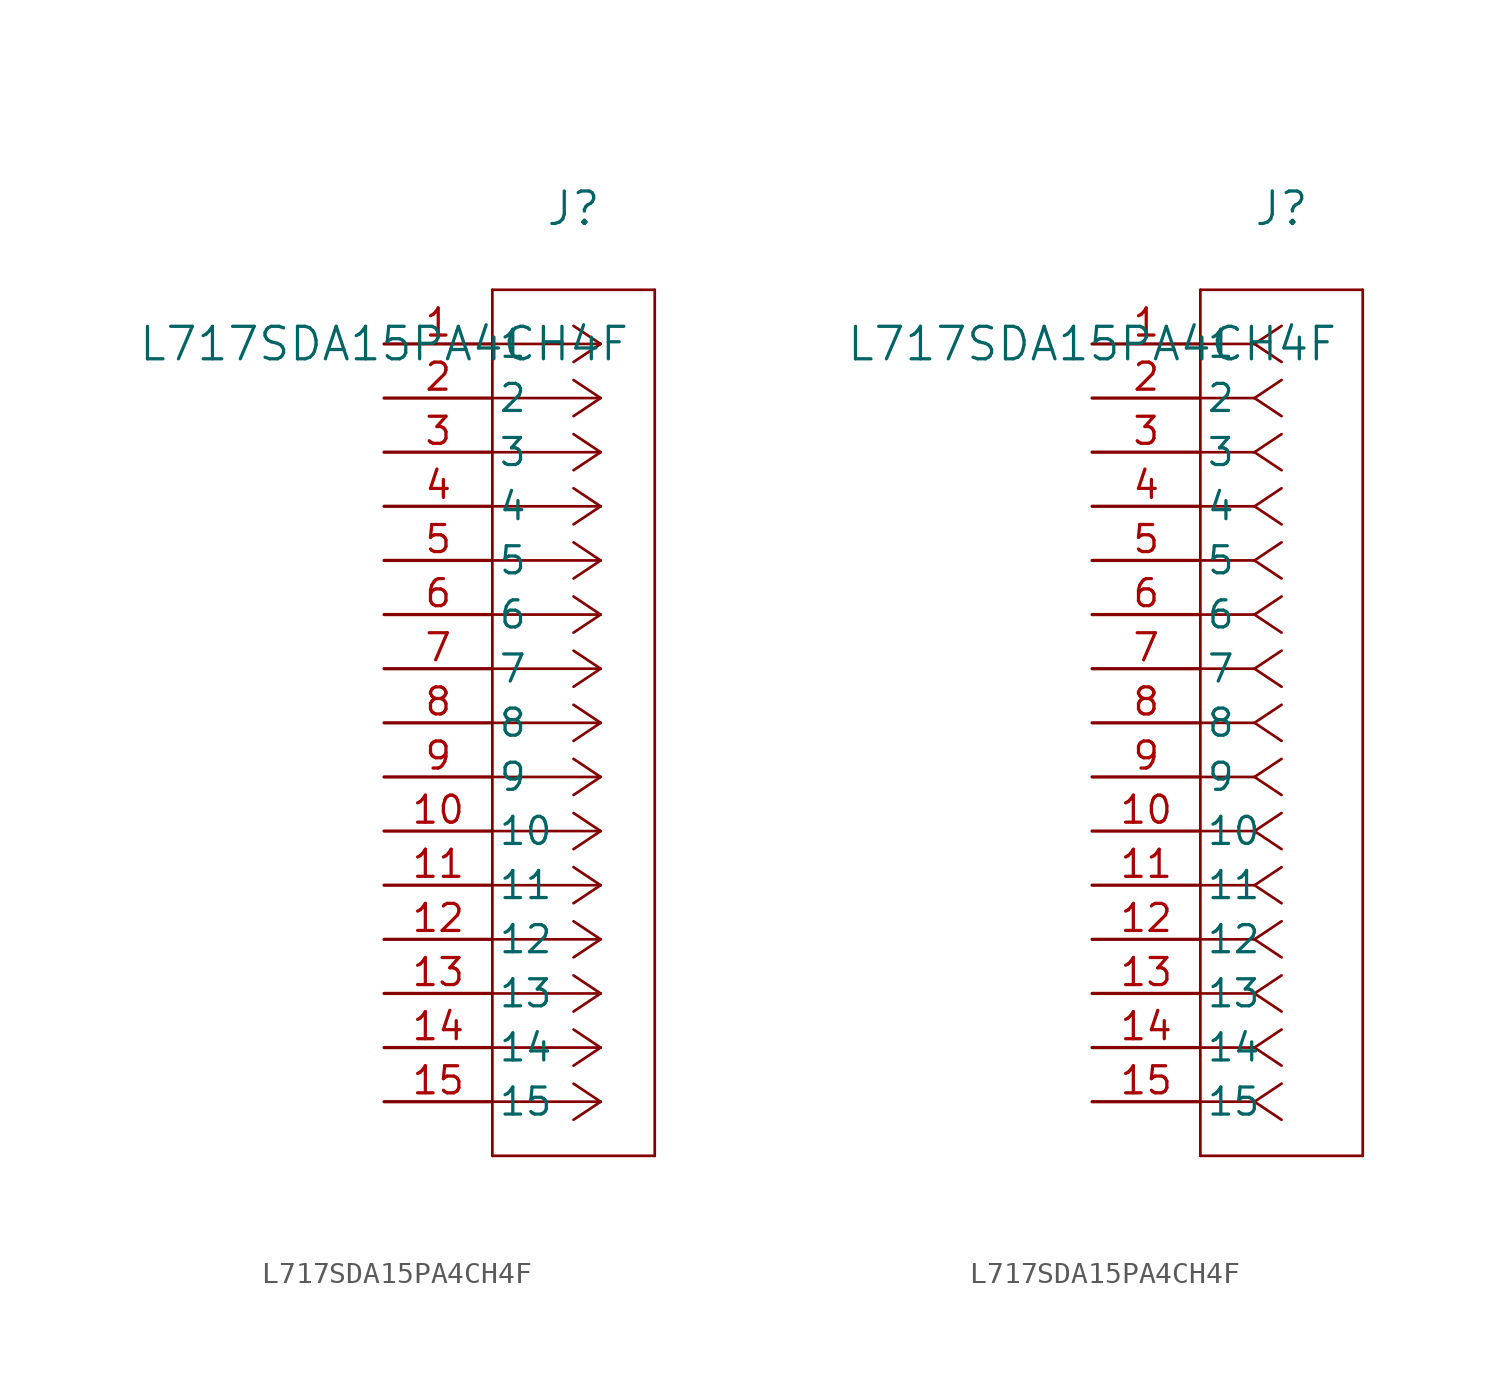
<source format=kicad_sym>
(kicad_symbol_lib
  (version 20211014)
  (generator kicad_symbol_editor)
  (symbol "L717SDA15PA4CH4F"
    (pin_names
      (offset 0.254))
    (property "Reference" "J"
      (at 8.89 6.35 0)
      (effects (font (size 1.524 1.524))))
    (property "Value" "L717SDA15PA4CH4F"
      (at 0 0 0)
      (effects (font (size 1.524 1.524))))
    (symbol "L717SDA15PA4CH4F_1_1"
      (polyline (pts (xy 10.16 0) (xy 5.08 0)) (stroke (width 0.127) (type default) (color 0 0 0 0)) (fill (type none)))
      (polyline (pts (xy 10.16 -2.54) (xy 5.08 -2.54)) (stroke (width 0.127) (type default) (color 0 0 0 0)) (fill (type none)))
      (polyline (pts (xy 10.16 -5.08) (xy 5.08 -5.08)) (stroke (width 0.127) (type default) (color 0 0 0 0)) (fill (type none)))
      (polyline (pts (xy 10.16 -7.62) (xy 5.08 -7.62)) (stroke (width 0.127) (type default) (color 0 0 0 0)) (fill (type none)))
      (polyline (pts (xy 10.16 -10.16) (xy 5.08 -10.16)) (stroke (width 0.127) (type default) (color 0 0 0 0)) (fill (type none)))
      (polyline (pts (xy 10.16 -12.7) (xy 5.08 -12.7)) (stroke (width 0.127) (type default) (color 0 0 0 0)) (fill (type none)))
      (polyline (pts (xy 10.16 -15.24) (xy 5.08 -15.24)) (stroke (width 0.127) (type default) (color 0 0 0 0)) (fill (type none)))
      (polyline (pts (xy 10.16 -17.78) (xy 5.08 -17.78)) (stroke (width 0.127) (type default) (color 0 0 0 0)) (fill (type none)))
      (polyline (pts (xy 10.16 -20.32) (xy 5.08 -20.32)) (stroke (width 0.127) (type default) (color 0 0 0 0)) (fill (type none)))
      (polyline (pts (xy 10.16 -22.86) (xy 5.08 -22.86)) (stroke (width 0.127) (type default) (color 0 0 0 0)) (fill (type none)))
      (polyline (pts (xy 10.16 -25.4) (xy 5.08 -25.4)) (stroke (width 0.127) (type default) (color 0 0 0 0)) (fill (type none)))
      (polyline (pts (xy 10.16 -27.94) (xy 5.08 -27.94)) (stroke (width 0.127) (type default) (color 0 0 0 0)) (fill (type none)))
      (polyline (pts (xy 10.16 -30.48) (xy 5.08 -30.48)) (stroke (width 0.127) (type default) (color 0 0 0 0)) (fill (type none)))
      (polyline (pts (xy 10.16 -33.02) (xy 5.08 -33.02)) (stroke (width 0.127) (type default) (color 0 0 0 0)) (fill (type none)))
      (polyline (pts (xy 10.16 -35.56) (xy 5.08 -35.56)) (stroke (width 0.127) (type default) (color 0 0 0 0)) (fill (type none)))
      (polyline (pts (xy 10.16 0) (xy 8.89 0.847)) (stroke (width 0.127) (type default) (color 0 0 0 0)) (fill (type none)))
      (polyline (pts (xy 10.16 -2.54) (xy 8.89 -1.693)) (stroke (width 0.127) (type default) (color 0 0 0 0)) (fill (type none)))
      (polyline (pts (xy 10.16 -5.08) (xy 8.89 -4.233)) (stroke (width 0.127) (type default) (color 0 0 0 0)) (fill (type none)))
      (polyline (pts (xy 10.16 -7.62) (xy 8.89 -6.773)) (stroke (width 0.127) (type default) (color 0 0 0 0)) (fill (type none)))
      (polyline (pts (xy 10.16 -10.16) (xy 8.89 -9.313)) (stroke (width 0.127) (type default) (color 0 0 0 0)) (fill (type none)))
      (polyline (pts (xy 10.16 -12.7) (xy 8.89 -11.853)) (stroke (width 0.127) (type default) (color 0 0 0 0)) (fill (type none)))
      (polyline (pts (xy 10.16 -15.24) (xy 8.89 -14.393)) (stroke (width 0.127) (type default) (color 0 0 0 0)) (fill (type none)))
      (polyline (pts (xy 10.16 -17.78) (xy 8.89 -16.933)) (stroke (width 0.127) (type default) (color 0 0 0 0)) (fill (type none)))
      (polyline (pts (xy 10.16 -20.32) (xy 8.89 -19.473)) (stroke (width 0.127) (type default) (color 0 0 0 0)) (fill (type none)))
      (polyline (pts (xy 10.16 -22.86) (xy 8.89 -22.013)) (stroke (width 0.127) (type default) (color 0 0 0 0)) (fill (type none)))
      (polyline (pts (xy 10.16 -25.4) (xy 8.89 -24.553)) (stroke (width 0.127) (type default) (color 0 0 0 0)) (fill (type none)))
      (polyline (pts (xy 10.16 -27.94) (xy 8.89 -27.093)) (stroke (width 0.127) (type default) (color 0 0 0 0)) (fill (type none)))
      (polyline (pts (xy 10.16 -30.48) (xy 8.89 -29.633)) (stroke (width 0.127) (type default) (color 0 0 0 0)) (fill (type none)))
      (polyline (pts (xy 10.16 -33.02) (xy 8.89 -32.173)) (stroke (width 0.127) (type default) (color 0 0 0 0)) (fill (type none)))
      (polyline (pts (xy 10.16 -35.56) (xy 8.89 -34.713)) (stroke (width 0.127) (type default) (color 0 0 0 0)) (fill (type none)))
      (polyline (pts (xy 10.16 0) (xy 8.89 -0.847)) (stroke (width 0.127) (type default) (color 0 0 0 0)) (fill (type none)))
      (polyline (pts (xy 10.16 -2.54) (xy 8.89 -3.387)) (stroke (width 0.127) (type default) (color 0 0 0 0)) (fill (type none)))
      (polyline (pts (xy 10.16 -5.08) (xy 8.89 -5.927)) (stroke (width 0.127) (type default) (color 0 0 0 0)) (fill (type none)))
      (polyline (pts (xy 10.16 -7.62) (xy 8.89 -8.467)) (stroke (width 0.127) (type default) (color 0 0 0 0)) (fill (type none)))
      (polyline (pts (xy 10.16 -10.16) (xy 8.89 -11.007)) (stroke (width 0.127) (type default) (color 0 0 0 0)) (fill (type none)))
      (polyline (pts (xy 10.16 -12.7) (xy 8.89 -13.547)) (stroke (width 0.127) (type default) (color 0 0 0 0)) (fill (type none)))
      (polyline (pts (xy 10.16 -15.24) (xy 8.89 -16.087)) (stroke (width 0.127) (type default) (color 0 0 0 0)) (fill (type none)))
      (polyline (pts (xy 10.16 -17.78) (xy 8.89 -18.627)) (stroke (width 0.127) (type default) (color 0 0 0 0)) (fill (type none)))
      (polyline (pts (xy 10.16 -20.32) (xy 8.89 -21.167)) (stroke (width 0.127) (type default) (color 0 0 0 0)) (fill (type none)))
      (polyline (pts (xy 10.16 -22.86) (xy 8.89 -23.707)) (stroke (width 0.127) (type default) (color 0 0 0 0)) (fill (type none)))
      (polyline (pts (xy 10.16 -25.4) (xy 8.89 -26.247)) (stroke (width 0.127) (type default) (color 0 0 0 0)) (fill (type none)))
      (polyline (pts (xy 10.16 -27.94) (xy 8.89 -28.787)) (stroke (width 0.127) (type default) (color 0 0 0 0)) (fill (type none)))
      (polyline (pts (xy 10.16 -30.48) (xy 8.89 -31.327)) (stroke (width 0.127) (type default) (color 0 0 0 0)) (fill (type none)))
      (polyline (pts (xy 10.16 -33.02) (xy 8.89 -33.867)) (stroke (width 0.127) (type default) (color 0 0 0 0)) (fill (type none)))
      (polyline (pts (xy 10.16 -35.56) (xy 8.89 -36.407)) (stroke (width 0.127) (type default) (color 0 0 0 0)) (fill (type none)))
      (polyline (pts (xy 5.08 2.54) (xy 5.08 -38.1)) (stroke (width 0.127) (type default) (color 0 0 0 0)) (fill (type none)))
      (polyline (pts (xy 5.08 -38.1) (xy 12.7 -38.1)) (stroke (width 0.127) (type default) (color 0 0 0 0)) (fill (type none)))
      (polyline (pts (xy 12.7 -38.1) (xy 12.7 2.54)) (stroke (width 0.127) (type default) (color 0 0 0 0)) (fill (type none)))
      (polyline (pts (xy 12.7 2.54) (xy 5.08 2.54)) (stroke (width 0.127) (type default) (color 0 0 0 0)) (fill (type none)))
      (pin unspecified line (at 0 0 0) (length 5.08) (name "1" (effects (font (size 1.27 1.27)))) (number "1" (effects (font (size 1.27 1.27)))))
      (pin unspecified line (at 0 -2.54 0) (length 5.08) (name "2" (effects (font (size 1.27 1.27)))) (number "2" (effects (font (size 1.27 1.27)))))
      (pin unspecified line (at 0 -5.08 0) (length 5.08) (name "3" (effects (font (size 1.27 1.27)))) (number "3" (effects (font (size 1.27 1.27)))))
      (pin unspecified line (at 0 -7.62 0) (length 5.08) (name "4" (effects (font (size 1.27 1.27)))) (number "4" (effects (font (size 1.27 1.27)))))
      (pin unspecified line (at 0 -10.16 0) (length 5.08) (name "5" (effects (font (size 1.27 1.27)))) (number "5" (effects (font (size 1.27 1.27)))))
      (pin unspecified line (at 0 -12.7 0) (length 5.08) (name "6" (effects (font (size 1.27 1.27)))) (number "6" (effects (font (size 1.27 1.27)))))
      (pin unspecified line (at 0 -15.24 0) (length 5.08) (name "7" (effects (font (size 1.27 1.27)))) (number "7" (effects (font (size 1.27 1.27)))))
      (pin unspecified line (at 0 -17.78 0) (length 5.08) (name "8" (effects (font (size 1.27 1.27)))) (number "8" (effects (font (size 1.27 1.27)))))
      (pin unspecified line (at 0 -20.32 0) (length 5.08) (name "9" (effects (font (size 1.27 1.27)))) (number "9" (effects (font (size 1.27 1.27)))))
      (pin unspecified line (at 0 -22.86 0) (length 5.08) (name "10" (effects (font (size 1.27 1.27)))) (number "10" (effects (font (size 1.27 1.27)))))
      (pin unspecified line (at 0 -25.4 0) (length 5.08) (name "11" (effects (font (size 1.27 1.27)))) (number "11" (effects (font (size 1.27 1.27)))))
      (pin unspecified line (at 0 -27.94 0) (length 5.08) (name "12" (effects (font (size 1.27 1.27)))) (number "12" (effects (font (size 1.27 1.27)))))
      (pin unspecified line (at 0 -30.48 0) (length 5.08) (name "13" (effects (font (size 1.27 1.27)))) (number "13" (effects (font (size 1.27 1.27)))))
      (pin unspecified line (at 0 -33.02 0) (length 5.08) (name "14" (effects (font (size 1.27 1.27)))) (number "14" (effects (font (size 1.27 1.27)))))
      (pin unspecified line (at 0 -35.56 0) (length 5.08) (name "15" (effects (font (size 1.27 1.27)))) (number "15" (effects (font (size 1.27 1.27))))))
    (symbol "L717SDA15PA4CH4F_1_2"
      (polyline (pts (xy 7.62 0) (xy 5.08 0)) (stroke (width 0.127) (type default) (color 0 0 0 0)) (fill (type none)))
      (polyline (pts (xy 7.62 -2.54) (xy 5.08 -2.54)) (stroke (width 0.127) (type default) (color 0 0 0 0)) (fill (type none)))
      (polyline (pts (xy 7.62 -5.08) (xy 5.08 -5.08)) (stroke (width 0.127) (type default) (color 0 0 0 0)) (fill (type none)))
      (polyline (pts (xy 7.62 -7.62) (xy 5.08 -7.62)) (stroke (width 0.127) (type default) (color 0 0 0 0)) (fill (type none)))
      (polyline (pts (xy 7.62 -10.16) (xy 5.08 -10.16)) (stroke (width 0.127) (type default) (color 0 0 0 0)) (fill (type none)))
      (polyline (pts (xy 7.62 -12.7) (xy 5.08 -12.7)) (stroke (width 0.127) (type default) (color 0 0 0 0)) (fill (type none)))
      (polyline (pts (xy 7.62 -15.24) (xy 5.08 -15.24)) (stroke (width 0.127) (type default) (color 0 0 0 0)) (fill (type none)))
      (polyline (pts (xy 7.62 -17.78) (xy 5.08 -17.78)) (stroke (width 0.127) (type default) (color 0 0 0 0)) (fill (type none)))
      (polyline (pts (xy 7.62 -20.32) (xy 5.08 -20.32)) (stroke (width 0.127) (type default) (color 0 0 0 0)) (fill (type none)))
      (polyline (pts (xy 7.62 -22.86) (xy 5.08 -22.86)) (stroke (width 0.127) (type default) (color 0 0 0 0)) (fill (type none)))
      (polyline (pts (xy 7.62 -25.4) (xy 5.08 -25.4)) (stroke (width 0.127) (type default) (color 0 0 0 0)) (fill (type none)))
      (polyline (pts (xy 7.62 -27.94) (xy 5.08 -27.94)) (stroke (width 0.127) (type default) (color 0 0 0 0)) (fill (type none)))
      (polyline (pts (xy 7.62 -30.48) (xy 5.08 -30.48)) (stroke (width 0.127) (type default) (color 0 0 0 0)) (fill (type none)))
      (polyline (pts (xy 7.62 -33.02) (xy 5.08 -33.02)) (stroke (width 0.127) (type default) (color 0 0 0 0)) (fill (type none)))
      (polyline (pts (xy 7.62 -35.56) (xy 5.08 -35.56)) (stroke (width 0.127) (type default) (color 0 0 0 0)) (fill (type none)))
      (polyline (pts (xy 7.62 0) (xy 8.89 0.847)) (stroke (width 0.127) (type default) (color 0 0 0 0)) (fill (type none)))
      (polyline (pts (xy 7.62 -2.54) (xy 8.89 -1.693)) (stroke (width 0.127) (type default) (color 0 0 0 0)) (fill (type none)))
      (polyline (pts (xy 7.62 -5.08) (xy 8.89 -4.233)) (stroke (width 0.127) (type default) (color 0 0 0 0)) (fill (type none)))
      (polyline (pts (xy 7.62 -7.62) (xy 8.89 -6.773)) (stroke (width 0.127) (type default) (color 0 0 0 0)) (fill (type none)))
      (polyline (pts (xy 7.62 -10.16) (xy 8.89 -9.313)) (stroke (width 0.127) (type default) (color 0 0 0 0)) (fill (type none)))
      (polyline (pts (xy 7.62 -12.7) (xy 8.89 -11.853)) (stroke (width 0.127) (type default) (color 0 0 0 0)) (fill (type none)))
      (polyline (pts (xy 7.62 -15.24) (xy 8.89 -14.393)) (stroke (width 0.127) (type default) (color 0 0 0 0)) (fill (type none)))
      (polyline (pts (xy 7.62 -17.78) (xy 8.89 -16.933)) (stroke (width 0.127) (type default) (color 0 0 0 0)) (fill (type none)))
      (polyline (pts (xy 7.62 -20.32) (xy 8.89 -19.473)) (stroke (width 0.127) (type default) (color 0 0 0 0)) (fill (type none)))
      (polyline (pts (xy 7.62 -22.86) (xy 8.89 -22.013)) (stroke (width 0.127) (type default) (color 0 0 0 0)) (fill (type none)))
      (polyline (pts (xy 7.62 -25.4) (xy 8.89 -24.553)) (stroke (width 0.127) (type default) (color 0 0 0 0)) (fill (type none)))
      (polyline (pts (xy 7.62 -27.94) (xy 8.89 -27.093)) (stroke (width 0.127) (type default) (color 0 0 0 0)) (fill (type none)))
      (polyline (pts (xy 7.62 -30.48) (xy 8.89 -29.633)) (stroke (width 0.127) (type default) (color 0 0 0 0)) (fill (type none)))
      (polyline (pts (xy 7.62 -33.02) (xy 8.89 -32.173)) (stroke (width 0.127) (type default) (color 0 0 0 0)) (fill (type none)))
      (polyline (pts (xy 7.62 -35.56) (xy 8.89 -34.713)) (stroke (width 0.127) (type default) (color 0 0 0 0)) (fill (type none)))
      (polyline (pts (xy 7.62 0) (xy 8.89 -0.847)) (stroke (width 0.127) (type default) (color 0 0 0 0)) (fill (type none)))
      (polyline (pts (xy 7.62 -2.54) (xy 8.89 -3.387)) (stroke (width 0.127) (type default) (color 0 0 0 0)) (fill (type none)))
      (polyline (pts (xy 7.62 -5.08) (xy 8.89 -5.927)) (stroke (width 0.127) (type default) (color 0 0 0 0)) (fill (type none)))
      (polyline (pts (xy 7.62 -7.62) (xy 8.89 -8.467)) (stroke (width 0.127) (type default) (color 0 0 0 0)) (fill (type none)))
      (polyline (pts (xy 7.62 -10.16) (xy 8.89 -11.007)) (stroke (width 0.127) (type default) (color 0 0 0 0)) (fill (type none)))
      (polyline (pts (xy 7.62 -12.7) (xy 8.89 -13.547)) (stroke (width 0.127) (type default) (color 0 0 0 0)) (fill (type none)))
      (polyline (pts (xy 7.62 -15.24) (xy 8.89 -16.087)) (stroke (width 0.127) (type default) (color 0 0 0 0)) (fill (type none)))
      (polyline (pts (xy 7.62 -17.78) (xy 8.89 -18.627)) (stroke (width 0.127) (type default) (color 0 0 0 0)) (fill (type none)))
      (polyline (pts (xy 7.62 -20.32) (xy 8.89 -21.167)) (stroke (width 0.127) (type default) (color 0 0 0 0)) (fill (type none)))
      (polyline (pts (xy 7.62 -22.86) (xy 8.89 -23.707)) (stroke (width 0.127) (type default) (color 0 0 0 0)) (fill (type none)))
      (polyline (pts (xy 7.62 -25.4) (xy 8.89 -26.247)) (stroke (width 0.127) (type default) (color 0 0 0 0)) (fill (type none)))
      (polyline (pts (xy 7.62 -27.94) (xy 8.89 -28.787)) (stroke (width 0.127) (type default) (color 0 0 0 0)) (fill (type none)))
      (polyline (pts (xy 7.62 -30.48) (xy 8.89 -31.327)) (stroke (width 0.127) (type default) (color 0 0 0 0)) (fill (type none)))
      (polyline (pts (xy 7.62 -33.02) (xy 8.89 -33.867)) (stroke (width 0.127) (type default) (color 0 0 0 0)) (fill (type none)))
      (polyline (pts (xy 7.62 -35.56) (xy 8.89 -36.407)) (stroke (width 0.127) (type default) (color 0 0 0 0)) (fill (type none)))
      (polyline (pts (xy 5.08 2.54) (xy 5.08 -38.1)) (stroke (width 0.127) (type default) (color 0 0 0 0)) (fill (type none)))
      (polyline (pts (xy 5.08 -38.1) (xy 12.7 -38.1)) (stroke (width 0.127) (type default) (color 0 0 0 0)) (fill (type none)))
      (polyline (pts (xy 12.7 -38.1) (xy 12.7 2.54)) (stroke (width 0.127) (type default) (color 0 0 0 0)) (fill (type none)))
      (polyline (pts (xy 12.7 2.54) (xy 5.08 2.54)) (stroke (width 0.127) (type default) (color 0 0 0 0)) (fill (type none)))
      (pin unspecified line (at 0 0 0) (length 5.08) (name "1" (effects (font (size 1.27 1.27)))) (number "1" (effects (font (size 1.27 1.27)))))
      (pin unspecified line (at 0 -2.54 0) (length 5.08) (name "2" (effects (font (size 1.27 1.27)))) (number "2" (effects (font (size 1.27 1.27)))))
      (pin unspecified line (at 0 -5.08 0) (length 5.08) (name "3" (effects (font (size 1.27 1.27)))) (number "3" (effects (font (size 1.27 1.27)))))
      (pin unspecified line (at 0 -7.62 0) (length 5.08) (name "4" (effects (font (size 1.27 1.27)))) (number "4" (effects (font (size 1.27 1.27)))))
      (pin unspecified line (at 0 -10.16 0) (length 5.08) (name "5" (effects (font (size 1.27 1.27)))) (number "5" (effects (font (size 1.27 1.27)))))
      (pin unspecified line (at 0 -12.7 0) (length 5.08) (name "6" (effects (font (size 1.27 1.27)))) (number "6" (effects (font (size 1.27 1.27)))))
      (pin unspecified line (at 0 -15.24 0) (length 5.08) (name "7" (effects (font (size 1.27 1.27)))) (number "7" (effects (font (size 1.27 1.27)))))
      (pin unspecified line (at 0 -17.78 0) (length 5.08) (name "8" (effects (font (size 1.27 1.27)))) (number "8" (effects (font (size 1.27 1.27)))))
      (pin unspecified line (at 0 -20.32 0) (length 5.08) (name "9" (effects (font (size 1.27 1.27)))) (number "9" (effects (font (size 1.27 1.27)))))
      (pin unspecified line (at 0 -22.86 0) (length 5.08) (name "10" (effects (font (size 1.27 1.27)))) (number "10" (effects (font (size 1.27 1.27)))))
      (pin unspecified line (at 0 -25.4 0) (length 5.08) (name "11" (effects (font (size 1.27 1.27)))) (number "11" (effects (font (size 1.27 1.27)))))
      (pin unspecified line (at 0 -27.94 0) (length 5.08) (name "12" (effects (font (size 1.27 1.27)))) (number "12" (effects (font (size 1.27 1.27)))))
      (pin unspecified line (at 0 -30.48 0) (length 5.08) (name "13" (effects (font (size 1.27 1.27)))) (number "13" (effects (font (size 1.27 1.27)))))
      (pin unspecified line (at 0 -33.02 0) (length 5.08) (name "14" (effects (font (size 1.27 1.27)))) (number "14" (effects (font (size 1.27 1.27)))))
      (pin unspecified line (at 0 -35.56 0) (length 5.08) (name "15" (effects (font (size 1.27 1.27)))) (number "15" (effects (font (size 1.27 1.27))))))))
</source>
